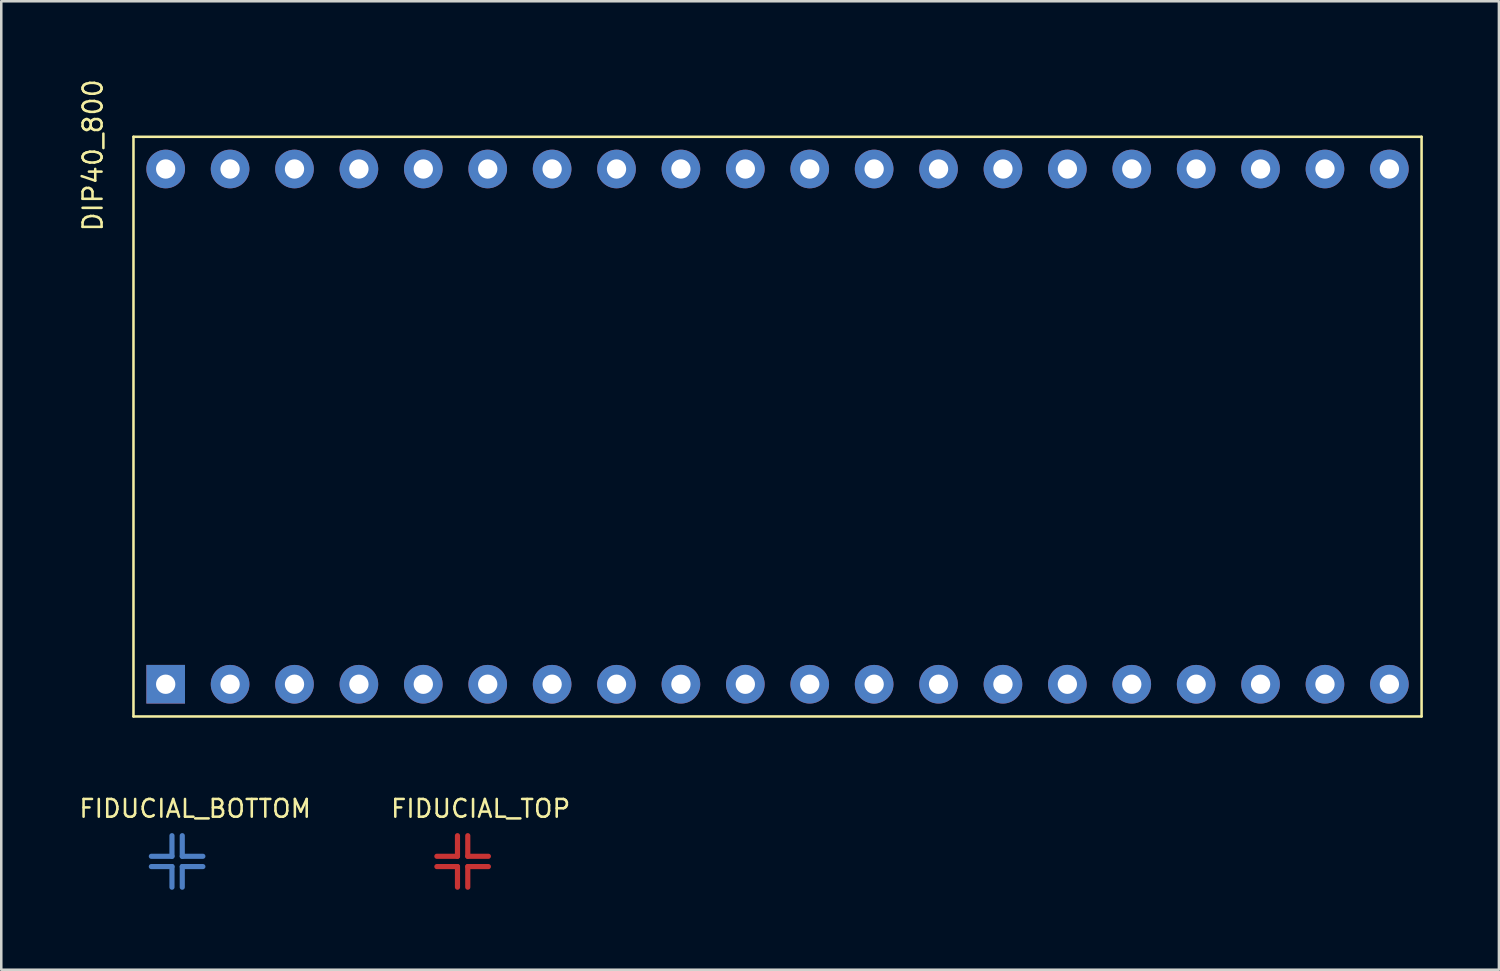
<source format=kicad_pcb>
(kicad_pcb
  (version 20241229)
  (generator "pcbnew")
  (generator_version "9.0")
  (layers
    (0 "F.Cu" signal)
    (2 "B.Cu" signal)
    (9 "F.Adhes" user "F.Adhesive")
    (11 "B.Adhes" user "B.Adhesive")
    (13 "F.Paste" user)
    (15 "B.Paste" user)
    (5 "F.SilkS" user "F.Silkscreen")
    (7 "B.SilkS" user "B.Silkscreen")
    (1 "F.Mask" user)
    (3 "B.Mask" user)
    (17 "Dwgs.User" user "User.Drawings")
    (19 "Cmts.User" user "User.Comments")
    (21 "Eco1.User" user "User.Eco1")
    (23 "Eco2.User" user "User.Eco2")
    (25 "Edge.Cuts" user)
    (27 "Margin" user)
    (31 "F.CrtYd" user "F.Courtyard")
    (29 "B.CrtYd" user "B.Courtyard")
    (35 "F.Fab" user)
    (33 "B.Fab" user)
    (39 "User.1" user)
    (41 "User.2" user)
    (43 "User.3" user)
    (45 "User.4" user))
  (footprint "FIDUCIAL_TOP"
    (layer "F.Cu")
    (at 15.195 30.923)
    (property "Reference" "FIDUCIAL_TOP" (at 0.711 -2.083 0) (layer "F.SilkS") (effects (font (size 0.7 0.7) (thickness 0.1))))
    (attr through_hole)
    (fp_line (start -0.203 -0.203) (end -1.016 -0.203) (stroke (width 0.203) (type solid)) (layer "F.Cu"))
    (fp_line (start -0.203 -0.203) (end -0.203 -1.016) (stroke (width 0.203) (type solid)) (layer "F.Cu"))
    (fp_line (start -0.203 0.203) (end -1.016 0.203) (stroke (width 0.203) (type solid)) (layer "F.Cu"))
    (fp_line (start -0.203 0.203) (end -0.203 1.016) (stroke (width 0.203) (type solid)) (layer "F.Cu"))
    (fp_line (start 0.203 -0.203) (end 0.203 -1.016) (stroke (width 0.203) (type solid)) (layer "F.Cu"))
    (fp_line (start 0.203 -0.203) (end 1.016 -0.203) (stroke (width 0.203) (type solid)) (layer "F.Cu"))
    (fp_line (start 0.203 0.203) (end 0.203 1.016) (stroke (width 0.203) (type solid)) (layer "F.Cu"))
    (fp_line (start 0.203 0.203) (end 1.016 0.203) (stroke (width 0.203) (type solid)) (layer "F.Cu"))
    (pad "" smd circle (at 0 0) (size 2.54 2.54) (layers "F.Mask")))
  (footprint "DIP40_800"
    (layer "F.Cu")
    (at 27.614 13.775)
    (property "Reference" "DIP40_800" (at -27 -10.7 270) (layer "F.SilkS") (effects (font (size 0.75 0.75) (thickness 0.1))))
    (attr through_hole)
    (fp_line (start -25.4 -11.43) (end -25.4 11.43) (stroke (width 0.1) (type solid)) (layer "F.SilkS"))
    (fp_line (start -25.4 11.43) (end 25.4 11.43) (stroke (width 0.1) (type solid)) (layer "F.SilkS"))
    (fp_line (start 25.4 -11.43) (end -25.4 -11.43) (stroke (width 0.1) (type solid)) (layer "F.SilkS"))
    (fp_line (start 25.4 11.43) (end 25.4 -11.43) (stroke (width 0.1) (type solid)) (layer "F.SilkS"))
    (pad "1" thru_hole rect (at -24.13 10.16) (size 1.524 1.524) (drill 0.762) (layers "*.Cu" "*.Mask"))
    (pad "2" thru_hole circle (at -21.59 10.16) (size 1.524 1.524) (drill 0.762) (layers "*.Cu" "*.Mask"))
    (pad "3" thru_hole circle (at -19.05 10.16) (size 1.524 1.524) (drill 0.762) (layers "*.Cu" "*.Mask"))
    (pad "4" thru_hole circle (at -16.51 10.16) (size 1.524 1.524) (drill 0.762) (layers "*.Cu" "*.Mask"))
    (pad "5" thru_hole circle (at -13.97 10.16) (size 1.524 1.524) (drill 0.762) (layers "*.Cu" "*.Mask"))
    (pad "6" thru_hole circle (at -11.43 10.16) (size 1.524 1.524) (drill 0.762) (layers "*.Cu" "*.Mask"))
    (pad "7" thru_hole circle (at -8.89 10.16) (size 1.524 1.524) (drill 0.762) (layers "*.Cu" "*.Mask"))
    (pad "8" thru_hole circle (at -6.35 10.16) (size 1.524 1.524) (drill 0.762) (layers "*.Cu" "*.Mask"))
    (pad "9" thru_hole circle (at -3.81 10.16) (size 1.524 1.524) (drill 0.762) (layers "*.Cu" "*.Mask"))
    (pad "10" thru_hole circle (at -1.27 10.16) (size 1.524 1.524) (drill 0.762) (layers "*.Cu" "*.Mask"))
    (pad "11" thru_hole circle (at 1.27 10.16) (size 1.524 1.524) (drill 0.762) (layers "*.Cu" "*.Mask"))
    (pad "12" thru_hole circle (at 3.81 10.16) (size 1.524 1.524) (drill 0.762) (layers "*.Cu" "*.Mask"))
    (pad "13" thru_hole circle (at 6.35 10.16) (size 1.524 1.524) (drill 0.762) (layers "*.Cu" "*.Mask"))
    (pad "14" thru_hole circle (at 8.89 10.16) (size 1.524 1.524) (drill 0.762) (layers "*.Cu" "*.Mask"))
    (pad "15" thru_hole circle (at 11.43 10.16) (size 1.524 1.524) (drill 0.762) (layers "*.Cu" "*.Mask"))
    (pad "16" thru_hole circle (at 13.97 10.16) (size 1.524 1.524) (drill 0.762) (layers "*.Cu" "*.Mask"))
    (pad "17" thru_hole circle (at 16.51 10.16) (size 1.524 1.524) (drill 0.762) (layers "*.Cu" "*.Mask"))
    (pad "18" thru_hole circle (at 19.05 10.16) (size 1.524 1.524) (drill 0.762) (layers "*.Cu" "*.Mask"))
    (pad "19" thru_hole circle (at 21.59 10.16) (size 1.524 1.524) (drill 0.762) (layers "*.Cu" "*.Mask"))
    (pad "20" thru_hole circle (at 24.13 10.16) (size 1.524 1.524) (drill 0.762) (layers "*.Cu" "*.Mask"))
    (pad "21" thru_hole circle (at 24.13 -10.16) (size 1.524 1.524) (drill 0.762) (layers "*.Cu" "*.Mask"))
    (pad "22" thru_hole circle (at 21.59 -10.16) (size 1.524 1.524) (drill 0.762) (layers "*.Cu" "*.Mask"))
    (pad "23" thru_hole circle (at 19.05 -10.16) (size 1.524 1.524) (drill 0.762) (layers "*.Cu" "*.Mask"))
    (pad "24" thru_hole circle (at 16.51 -10.16) (size 1.524 1.524) (drill 0.762) (layers "*.Cu" "*.Mask"))
    (pad "25" thru_hole circle (at 13.97 -10.16) (size 1.524 1.524) (drill 0.762) (layers "*.Cu" "*.Mask"))
    (pad "26" thru_hole circle (at 11.43 -10.16) (size 1.524 1.524) (drill 0.762) (layers "*.Cu" "*.Mask"))
    (pad "27" thru_hole circle (at 8.89 -10.16) (size 1.524 1.524) (drill 0.762) (layers "*.Cu" "*.Mask"))
    (pad "28" thru_hole circle (at 6.35 -10.16) (size 1.524 1.524) (drill 0.762) (layers "*.Cu" "*.Mask"))
    (pad "29" thru_hole circle (at 3.81 -10.16) (size 1.524 1.524) (drill 0.762) (layers "*.Cu" "*.Mask"))
    (pad "30" thru_hole circle (at 1.27 -10.16) (size 1.524 1.524) (drill 0.762) (layers "*.Cu" "*.Mask"))
    (pad "31" thru_hole circle (at -1.27 -10.16) (size 1.524 1.524) (drill 0.762) (layers "*.Cu" "*.Mask"))
    (pad "32" thru_hole circle (at -3.81 -10.16) (size 1.524 1.524) (drill 0.762) (layers "*.Cu" "*.Mask"))
    (pad "33" thru_hole circle (at -6.35 -10.16) (size 1.524 1.524) (drill 0.762) (layers "*.Cu" "*.Mask"))
    (pad "34" thru_hole circle (at -8.89 -10.16) (size 1.524 1.524) (drill 0.762) (layers "*.Cu" "*.Mask"))
    (pad "35" thru_hole circle (at -11.43 -10.16) (size 1.524 1.524) (drill 0.762) (layers "*.Cu" "*.Mask"))
    (pad "36" thru_hole circle (at -13.97 -10.16) (size 1.524 1.524) (drill 0.762) (layers "*.Cu" "*.Mask"))
    (pad "37" thru_hole circle (at -16.51 -10.16) (size 1.524 1.524) (drill 0.762) (layers "*.Cu" "*.Mask"))
    (pad "38" thru_hole circle (at -19.05 -10.16) (size 1.524 1.524) (drill 0.762) (layers "*.Cu" "*.Mask"))
    (pad "39" thru_hole circle (at -21.59 -10.16) (size 1.524 1.524) (drill 0.762) (layers "*.Cu" "*.Mask"))
    (pad "40" thru_hole circle (at -24.13 -10.16) (size 1.524 1.524) (drill 0.762) (layers "*.Cu" "*.Mask")))
  (footprint "FIDUCIAL_BOTTOM"
    (layer "F.Cu")
    (at 3.935 30.923)
    (property "Reference" "FIDUCIAL_BOTTOM" (at 0.711 -2.083 0) (layer "F.SilkS") (effects (font (size 0.7 0.7) (thickness 0.1))))
    (attr through_hole)
    (fp_line (start -0.203 -0.203) (end -1.016 -0.203) (stroke (width 0.203) (type solid)) (layer "B.Cu"))
    (fp_line (start -0.203 -0.203) (end -0.203 -1.016) (stroke (width 0.203) (type solid)) (layer "B.Cu"))
    (fp_line (start -0.203 0.203) (end -1.016 0.203) (stroke (width 0.203) (type solid)) (layer "B.Cu"))
    (fp_line (start -0.203 0.203) (end -0.203 1.016) (stroke (width 0.203) (type solid)) (layer "B.Cu"))
    (fp_line (start 0.203 -0.203) (end 0.203 -1.016) (stroke (width 0.203) (type solid)) (layer "B.Cu"))
    (fp_line (start 0.203 -0.203) (end 1.016 -0.203) (stroke (width 0.203) (type solid)) (layer "B.Cu"))
    (fp_line (start 0.203 0.203) (end 0.203 1.016) (stroke (width 0.203) (type solid)) (layer "B.Cu"))
    (fp_line (start 0.203 0.203) (end 1.016 0.203) (stroke (width 0.203) (type solid)) (layer "B.Cu"))
    (pad "" smd circle (at 0 0) (size 2.54 2.54) (layers "B.Mask")))
  (gr_rect
    (start -3 -3)
    (end 56.064 35.193)
    (stroke (width 0.1) (type default))
    (fill no)
    (layer "Edge.Cuts")))
</source>
